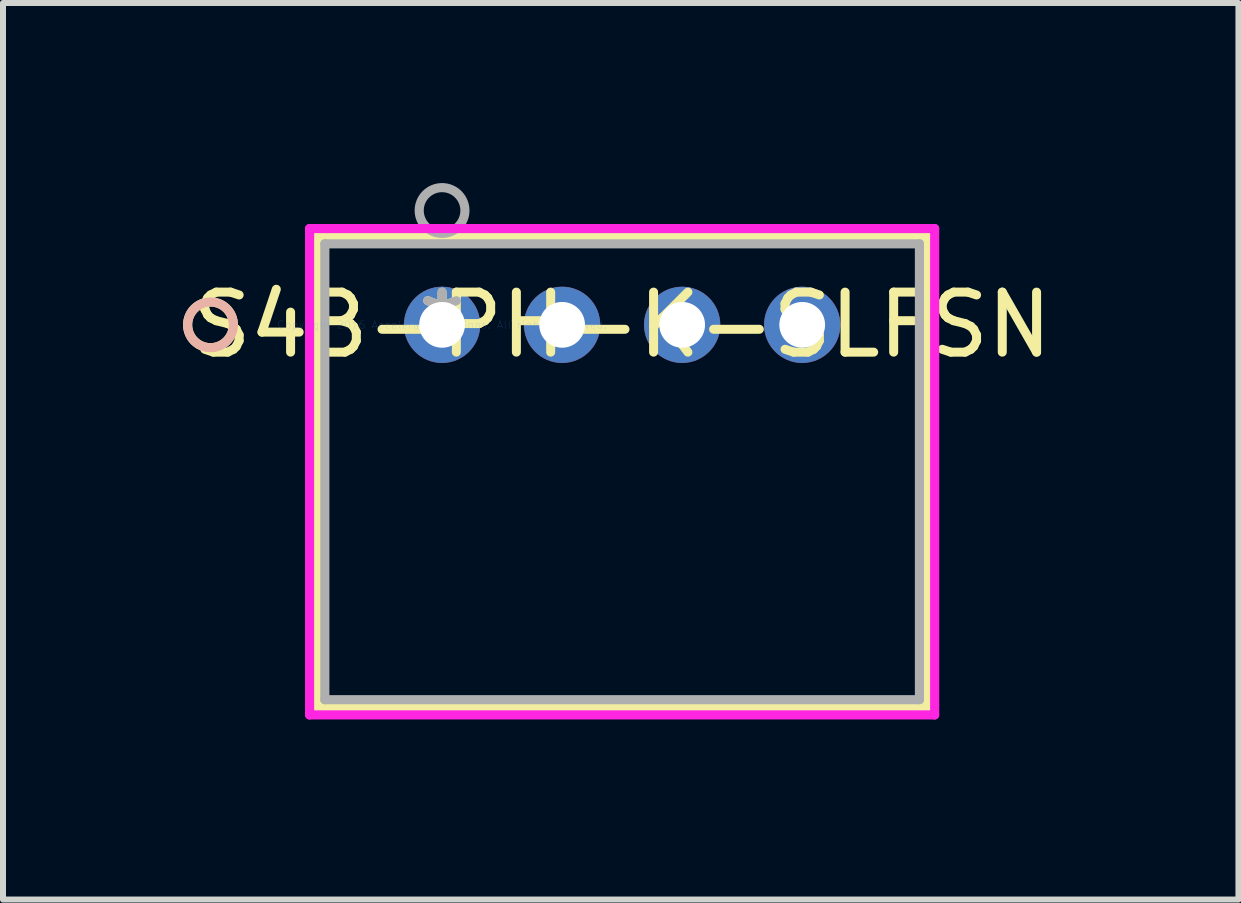
<source format=kicad_pcb>
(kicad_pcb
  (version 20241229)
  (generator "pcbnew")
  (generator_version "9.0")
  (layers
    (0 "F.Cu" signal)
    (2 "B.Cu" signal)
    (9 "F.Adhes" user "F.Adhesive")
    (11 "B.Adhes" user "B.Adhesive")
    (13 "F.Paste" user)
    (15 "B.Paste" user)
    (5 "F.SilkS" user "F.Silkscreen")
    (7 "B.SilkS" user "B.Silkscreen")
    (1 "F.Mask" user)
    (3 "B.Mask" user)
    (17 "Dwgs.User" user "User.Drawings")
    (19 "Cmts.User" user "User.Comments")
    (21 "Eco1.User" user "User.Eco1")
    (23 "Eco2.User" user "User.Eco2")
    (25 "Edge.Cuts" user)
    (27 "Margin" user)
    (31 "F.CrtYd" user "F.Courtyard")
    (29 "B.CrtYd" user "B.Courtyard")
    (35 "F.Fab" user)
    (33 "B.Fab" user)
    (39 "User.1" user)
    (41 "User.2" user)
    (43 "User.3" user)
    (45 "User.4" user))
  (footprint "S4B-PH-K-SLFSN"
    (layer "F.Cu")
    (at 4.315 2.362)
    (property "Reference" "S4B-PH-K-SLFSN" (at 3 0 0) (layer "F.SilkS") (effects (font (size 1 1) (thickness 0.15))))
    (attr through_hole)
    (fp_line (start -2.08 -1.477) (end -2.08 6.372) (stroke (width 0.152) (type solid)) (layer "F.SilkS"))
    (fp_line (start -2.08 6.372) (end 8.08 6.372) (stroke (width 0.152) (type solid)) (layer "F.SilkS"))
    (fp_line (start 8.08 -1.477) (end -2.08 -1.477) (stroke (width 0.152) (type solid)) (layer "F.SilkS"))
    (fp_line (start 8.08 6.372) (end 8.08 -1.477) (stroke (width 0.152) (type solid)) (layer "F.SilkS"))
    (fp_circle (center -3.858 0) (end -3.477 0) (stroke (width 0.152) (type solid)) (fill no) (layer "F.SilkS"))
    (fp_circle (center -3.858 0) (end -3.477 0) (stroke (width 0.152) (type solid)) (fill no) (layer "B.SilkS"))
    (fp_line (start -2.207 -1.604) (end -2.207 6.499) (stroke (width 0.152) (type solid)) (layer "F.CrtYd"))
    (fp_line (start -2.207 6.499) (end 8.207 6.499) (stroke (width 0.152) (type solid)) (layer "F.CrtYd"))
    (fp_line (start 8.207 -1.604) (end -2.207 -1.604) (stroke (width 0.152) (type solid)) (layer "F.CrtYd"))
    (fp_line (start 8.207 6.499) (end 8.207 -1.604) (stroke (width 0.152) (type solid)) (layer "F.CrtYd"))
    (fp_line (start -1.953 -1.35) (end -1.953 6.245) (stroke (width 0.152) (type solid)) (layer "F.Fab"))
    (fp_line (start -1.953 6.245) (end 7.953 6.245) (stroke (width 0.152) (type solid)) (layer "F.Fab"))
    (fp_line (start 7.953 -1.35) (end -1.953 -1.35) (stroke (width 0.152) (type solid)) (layer "F.Fab"))
    (fp_line (start 7.953 6.245) (end 7.953 -1.35) (stroke (width 0.152) (type solid)) (layer "F.Fab"))
    (fp_circle (center 0 -1.905) (end 0.381 -1.905) (stroke (width 0.152) (type solid)) (fill no) (layer "F.Fab"))
    (fp_text user "*" (at 0 0 0) (layer "F.SilkS") (effects (font (size 1 1) (thickness 0.15))))
    (fp_text user "Copyright 2016 Accelerated Designs. All rights reserved." (at 0 0 0) (layer "Cmts.User") (effects (font (size 0.127 0.127) (thickness 0.002))))
    (fp_text user "*" (at 0 0 0) (layer "F.Fab") (effects (font (size 1 1) (thickness 0.15))))
    (pad "1" thru_hole circle (at 0 0) (size 1.27 1.27) (drill 0.762) (layers "*.Cu" "*.Mask"))
    (pad "2" thru_hole circle (at 2 0) (size 1.27 1.27) (drill 0.762) (layers "*.Cu" "*.Mask"))
    (pad "3" thru_hole circle (at 4 0) (size 1.27 1.27) (drill 0.762) (layers "*.Cu" "*.Mask"))
    (pad "4" thru_hole circle (at 6 0) (size 1.27 1.27) (drill 0.762) (layers "*.Cu" "*.Mask")))
  (gr_rect
    (start -3 -3)
    (end 17.583 11.937)
    (stroke (width 0.1) (type default))
    (fill no)
    (layer "Edge.Cuts")))
</source>
